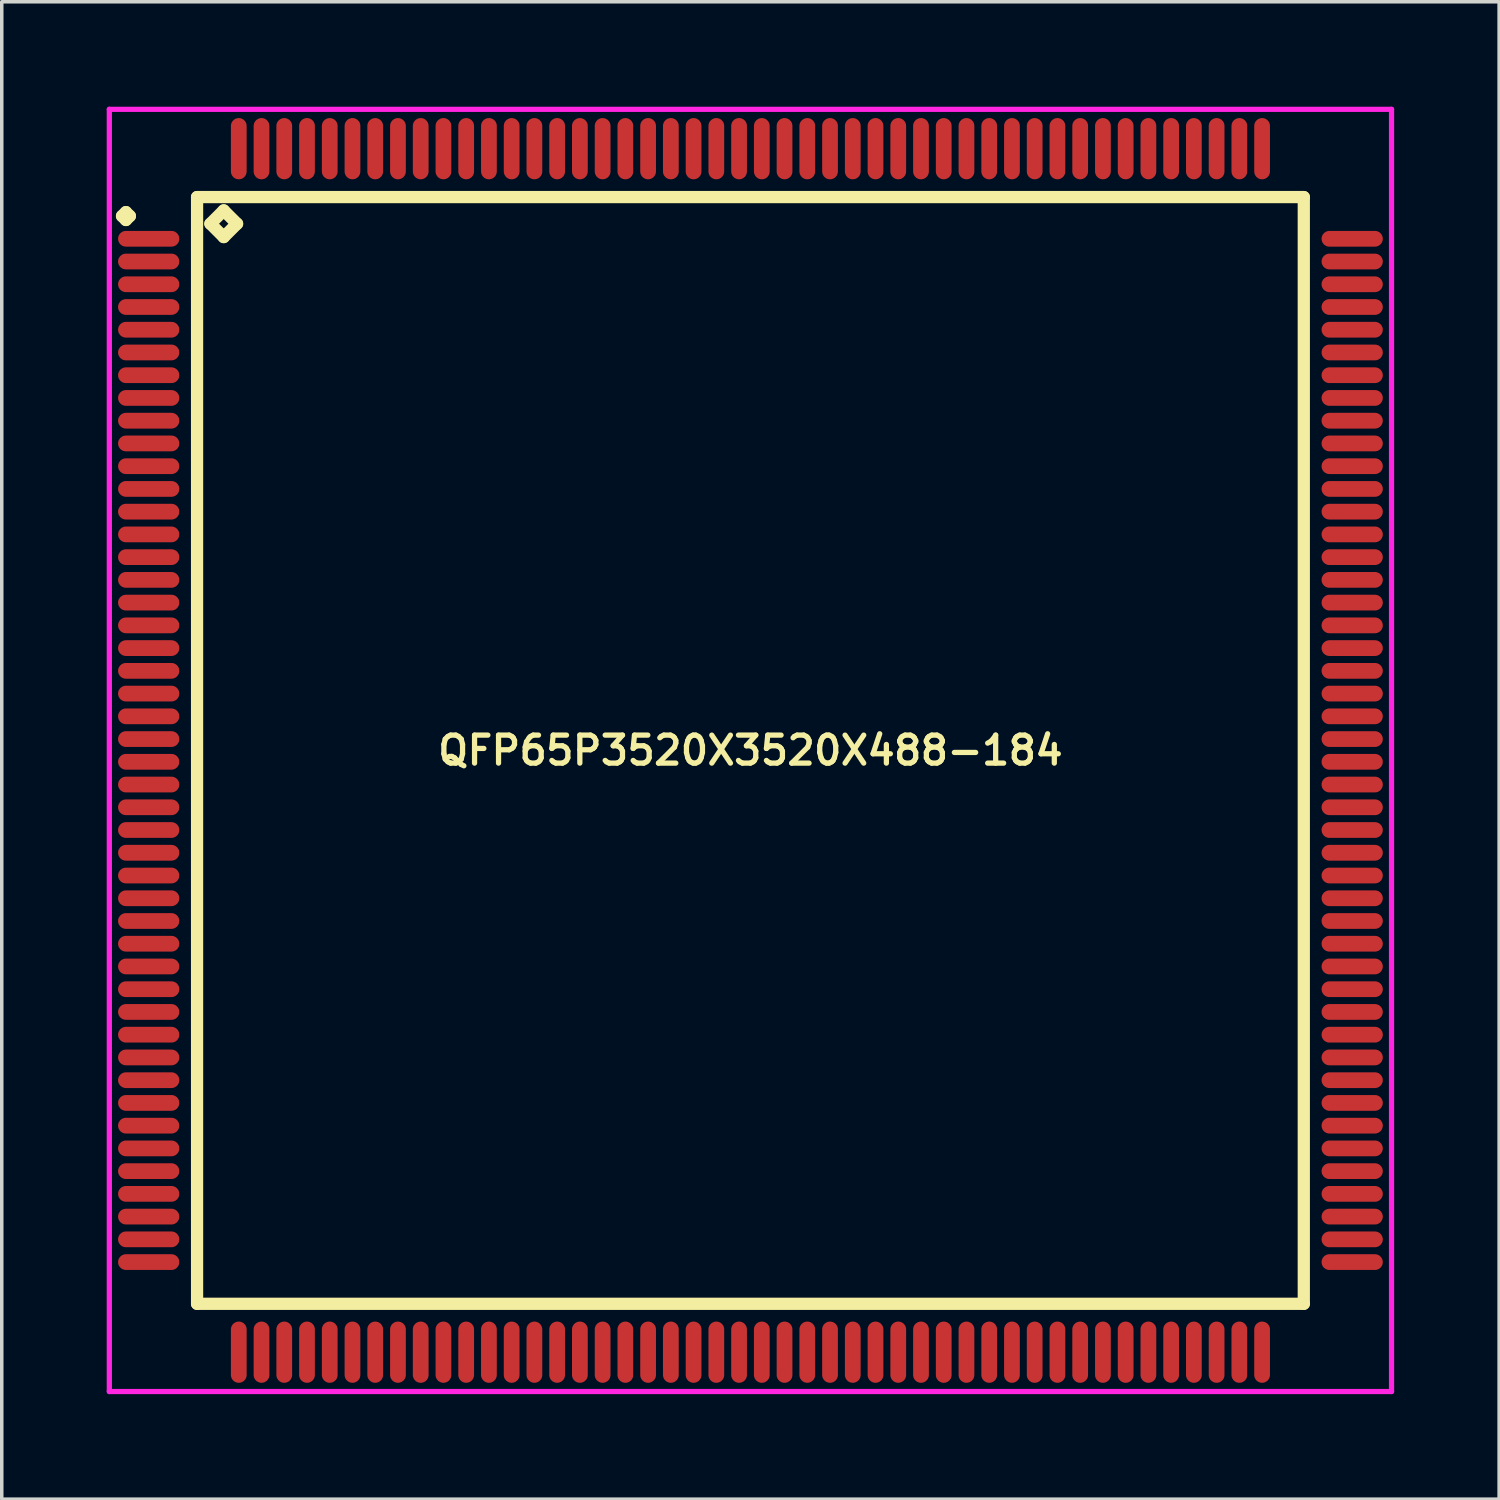
<source format=kicad_pcb>
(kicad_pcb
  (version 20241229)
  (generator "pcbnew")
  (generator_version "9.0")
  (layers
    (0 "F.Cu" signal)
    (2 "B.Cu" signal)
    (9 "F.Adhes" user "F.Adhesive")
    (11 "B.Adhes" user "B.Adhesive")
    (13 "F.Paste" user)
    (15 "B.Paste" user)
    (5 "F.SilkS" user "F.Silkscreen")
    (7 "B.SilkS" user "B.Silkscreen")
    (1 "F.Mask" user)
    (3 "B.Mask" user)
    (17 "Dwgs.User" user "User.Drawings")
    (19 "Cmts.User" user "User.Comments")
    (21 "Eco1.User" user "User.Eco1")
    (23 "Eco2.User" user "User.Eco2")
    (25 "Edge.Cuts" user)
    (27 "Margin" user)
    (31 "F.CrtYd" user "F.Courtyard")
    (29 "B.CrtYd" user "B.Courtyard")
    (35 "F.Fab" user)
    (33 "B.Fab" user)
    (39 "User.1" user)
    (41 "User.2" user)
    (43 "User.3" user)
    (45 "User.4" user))
  (footprint "QFP65P3520X3520X488-184"
    (layer "F.Cu")
    (at 18.4 18.4)
    (property "Reference" "QFP65P3520X3520X488-184" (at 0 0 0) (layer "F.SilkS") (effects (font (size 0.8 0.8) (thickness 0.15))))
    (attr through_hole)
    (fp_line (start -17.962 -15.275) (end -17.85 -15.387) (stroke (width 0.35) (type solid)) (layer "F.SilkS"))
    (fp_line (start -17.85 -15.387) (end -17.738 -15.275) (stroke (width 0.35) (type solid)) (layer "F.SilkS"))
    (fp_line (start -17.85 -15.162) (end -17.962 -15.275) (stroke (width 0.35) (type solid)) (layer "F.SilkS"))
    (fp_line (start -17.738 -15.275) (end -17.85 -15.162) (stroke (width 0.35) (type solid)) (layer "F.SilkS"))
    (fp_line (start -15.817 -15.817) (end -15.817 15.817) (stroke (width 0.35) (type solid)) (layer "F.SilkS"))
    (fp_line (start -15.817 15.817) (end 15.817 15.817) (stroke (width 0.35) (type solid)) (layer "F.SilkS"))
    (fp_line (start -15.436 -15.055) (end -15.055 -15.436) (stroke (width 0.35) (type solid)) (layer "F.SilkS"))
    (fp_line (start -15.055 -15.436) (end -14.674 -15.055) (stroke (width 0.35) (type solid)) (layer "F.SilkS"))
    (fp_line (start -15.055 -14.674) (end -15.436 -15.055) (stroke (width 0.35) (type solid)) (layer "F.SilkS"))
    (fp_line (start -14.674 -15.055) (end -15.055 -14.674) (stroke (width 0.35) (type solid)) (layer "F.SilkS"))
    (fp_line (start 15.817 -15.817) (end -15.817 -15.817) (stroke (width 0.35) (type solid)) (layer "F.SilkS"))
    (fp_line (start 15.817 15.817) (end 15.817 -15.817) (stroke (width 0.35) (type solid)) (layer "F.SilkS"))
    (fp_line (start -18.325 -18.325) (end 18.325 -18.325) (stroke (width 0.15) (type solid)) (layer "F.CrtYd"))
    (fp_line (start -18.325 18.325) (end -18.325 -18.325) (stroke (width 0.15) (type solid)) (layer "F.CrtYd"))
    (fp_line (start 18.325 -18.325) (end 18.325 18.325) (stroke (width 0.15) (type solid)) (layer "F.CrtYd"))
    (fp_line (start 18.325 18.325) (end -18.325 18.325) (stroke (width 0.15) (type solid)) (layer "F.CrtYd"))
    (pad "1" smd oval (at -17.2 -14.625) (size 1.75 0.45) (layers "F.Cu" "F.Mask" "F.Paste"))
    (pad "2" smd oval (at -17.2 -13.975) (size 1.75 0.45) (layers "F.Cu" "F.Mask" "F.Paste"))
    (pad "3" smd oval (at -17.2 -13.325) (size 1.75 0.45) (layers "F.Cu" "F.Mask" "F.Paste"))
    (pad "4" smd oval (at -17.2 -12.675) (size 1.75 0.45) (layers "F.Cu" "F.Mask" "F.Paste"))
    (pad "5" smd oval (at -17.2 -12.025) (size 1.75 0.45) (layers "F.Cu" "F.Mask" "F.Paste"))
    (pad "6" smd oval (at -17.2 -11.375) (size 1.75 0.45) (layers "F.Cu" "F.Mask" "F.Paste"))
    (pad "7" smd oval (at -17.2 -10.725) (size 1.75 0.45) (layers "F.Cu" "F.Mask" "F.Paste"))
    (pad "8" smd oval (at -17.2 -10.075) (size 1.75 0.45) (layers "F.Cu" "F.Mask" "F.Paste"))
    (pad "9" smd oval (at -17.2 -9.425) (size 1.75 0.45) (layers "F.Cu" "F.Mask" "F.Paste"))
    (pad "10" smd oval (at -17.2 -8.775) (size 1.75 0.45) (layers "F.Cu" "F.Mask" "F.Paste"))
    (pad "11" smd oval (at -17.2 -8.125) (size 1.75 0.45) (layers "F.Cu" "F.Mask" "F.Paste"))
    (pad "12" smd oval (at -17.2 -7.475) (size 1.75 0.45) (layers "F.Cu" "F.Mask" "F.Paste"))
    (pad "13" smd oval (at -17.2 -6.825) (size 1.75 0.45) (layers "F.Cu" "F.Mask" "F.Paste"))
    (pad "14" smd oval (at -17.2 -6.175) (size 1.75 0.45) (layers "F.Cu" "F.Mask" "F.Paste"))
    (pad "15" smd oval (at -17.2 -5.525) (size 1.75 0.45) (layers "F.Cu" "F.Mask" "F.Paste"))
    (pad "16" smd oval (at -17.2 -4.875) (size 1.75 0.45) (layers "F.Cu" "F.Mask" "F.Paste"))
    (pad "17" smd oval (at -17.2 -4.225) (size 1.75 0.45) (layers "F.Cu" "F.Mask" "F.Paste"))
    (pad "18" smd oval (at -17.2 -3.575) (size 1.75 0.45) (layers "F.Cu" "F.Mask" "F.Paste"))
    (pad "19" smd oval (at -17.2 -2.925) (size 1.75 0.45) (layers "F.Cu" "F.Mask" "F.Paste"))
    (pad "20" smd oval (at -17.2 -2.275) (size 1.75 0.45) (layers "F.Cu" "F.Mask" "F.Paste"))
    (pad "21" smd oval (at -17.2 -1.625) (size 1.75 0.45) (layers "F.Cu" "F.Mask" "F.Paste"))
    (pad "22" smd oval (at -17.2 -0.975) (size 1.75 0.45) (layers "F.Cu" "F.Mask" "F.Paste"))
    (pad "23" smd oval (at -17.2 -0.325) (size 1.75 0.45) (layers "F.Cu" "F.Mask" "F.Paste"))
    (pad "24" smd oval (at -17.2 0.325) (size 1.75 0.45) (layers "F.Cu" "F.Mask" "F.Paste"))
    (pad "25" smd oval (at -17.2 0.975) (size 1.75 0.45) (layers "F.Cu" "F.Mask" "F.Paste"))
    (pad "26" smd oval (at -17.2 1.625) (size 1.75 0.45) (layers "F.Cu" "F.Mask" "F.Paste"))
    (pad "27" smd oval (at -17.2 2.275) (size 1.75 0.45) (layers "F.Cu" "F.Mask" "F.Paste"))
    (pad "28" smd oval (at -17.2 2.925) (size 1.75 0.45) (layers "F.Cu" "F.Mask" "F.Paste"))
    (pad "29" smd oval (at -17.2 3.575) (size 1.75 0.45) (layers "F.Cu" "F.Mask" "F.Paste"))
    (pad "30" smd oval (at -17.2 4.225) (size 1.75 0.45) (layers "F.Cu" "F.Mask" "F.Paste"))
    (pad "31" smd oval (at -17.2 4.875) (size 1.75 0.45) (layers "F.Cu" "F.Mask" "F.Paste"))
    (pad "32" smd oval (at -17.2 5.525) (size 1.75 0.45) (layers "F.Cu" "F.Mask" "F.Paste"))
    (pad "33" smd oval (at -17.2 6.175) (size 1.75 0.45) (layers "F.Cu" "F.Mask" "F.Paste"))
    (pad "34" smd oval (at -17.2 6.825) (size 1.75 0.45) (layers "F.Cu" "F.Mask" "F.Paste"))
    (pad "35" smd oval (at -17.2 7.475) (size 1.75 0.45) (layers "F.Cu" "F.Mask" "F.Paste"))
    (pad "36" smd oval (at -17.2 8.125) (size 1.75 0.45) (layers "F.Cu" "F.Mask" "F.Paste"))
    (pad "37" smd oval (at -17.2 8.775) (size 1.75 0.45) (layers "F.Cu" "F.Mask" "F.Paste"))
    (pad "38" smd oval (at -17.2 9.425) (size 1.75 0.45) (layers "F.Cu" "F.Mask" "F.Paste"))
    (pad "39" smd oval (at -17.2 10.075) (size 1.75 0.45) (layers "F.Cu" "F.Mask" "F.Paste"))
    (pad "40" smd oval (at -17.2 10.725) (size 1.75 0.45) (layers "F.Cu" "F.Mask" "F.Paste"))
    (pad "41" smd oval (at -17.2 11.375) (size 1.75 0.45) (layers "F.Cu" "F.Mask" "F.Paste"))
    (pad "42" smd oval (at -17.2 12.025) (size 1.75 0.45) (layers "F.Cu" "F.Mask" "F.Paste"))
    (pad "43" smd oval (at -17.2 12.675) (size 1.75 0.45) (layers "F.Cu" "F.Mask" "F.Paste"))
    (pad "44" smd oval (at -17.2 13.325) (size 1.75 0.45) (layers "F.Cu" "F.Mask" "F.Paste"))
    (pad "45" smd oval (at -17.2 13.975) (size 1.75 0.45) (layers "F.Cu" "F.Mask" "F.Paste"))
    (pad "46" smd oval (at -17.2 14.625) (size 1.75 0.45) (layers "F.Cu" "F.Mask" "F.Paste"))
    (pad "47" smd oval (at -14.625 17.2) (size 0.45 1.75) (layers "F.Cu" "F.Mask" "F.Paste"))
    (pad "48" smd oval (at -13.975 17.2) (size 0.45 1.75) (layers "F.Cu" "F.Mask" "F.Paste"))
    (pad "49" smd oval (at -13.325 17.2) (size 0.45 1.75) (layers "F.Cu" "F.Mask" "F.Paste"))
    (pad "50" smd oval (at -12.675 17.2) (size 0.45 1.75) (layers "F.Cu" "F.Mask" "F.Paste"))
    (pad "51" smd oval (at -12.025 17.2) (size 0.45 1.75) (layers "F.Cu" "F.Mask" "F.Paste"))
    (pad "52" smd oval (at -11.375 17.2) (size 0.45 1.75) (layers "F.Cu" "F.Mask" "F.Paste"))
    (pad "53" smd oval (at -10.725 17.2) (size 0.45 1.75) (layers "F.Cu" "F.Mask" "F.Paste"))
    (pad "54" smd oval (at -10.075 17.2) (size 0.45 1.75) (layers "F.Cu" "F.Mask" "F.Paste"))
    (pad "55" smd oval (at -9.425 17.2) (size 0.45 1.75) (layers "F.Cu" "F.Mask" "F.Paste"))
    (pad "56" smd oval (at -8.775 17.2) (size 0.45 1.75) (layers "F.Cu" "F.Mask" "F.Paste"))
    (pad "57" smd oval (at -8.125 17.2) (size 0.45 1.75) (layers "F.Cu" "F.Mask" "F.Paste"))
    (pad "58" smd oval (at -7.475 17.2) (size 0.45 1.75) (layers "F.Cu" "F.Mask" "F.Paste"))
    (pad "59" smd oval (at -6.825 17.2) (size 0.45 1.75) (layers "F.Cu" "F.Mask" "F.Paste"))
    (pad "60" smd oval (at -6.175 17.2) (size 0.45 1.75) (layers "F.Cu" "F.Mask" "F.Paste"))
    (pad "61" smd oval (at -5.525 17.2) (size 0.45 1.75) (layers "F.Cu" "F.Mask" "F.Paste"))
    (pad "62" smd oval (at -4.875 17.2) (size 0.45 1.75) (layers "F.Cu" "F.Mask" "F.Paste"))
    (pad "63" smd oval (at -4.225 17.2) (size 0.45 1.75) (layers "F.Cu" "F.Mask" "F.Paste"))
    (pad "64" smd oval (at -3.575 17.2) (size 0.45 1.75) (layers "F.Cu" "F.Mask" "F.Paste"))
    (pad "65" smd oval (at -2.925 17.2) (size 0.45 1.75) (layers "F.Cu" "F.Mask" "F.Paste"))
    (pad "66" smd oval (at -2.275 17.2) (size 0.45 1.75) (layers "F.Cu" "F.Mask" "F.Paste"))
    (pad "67" smd oval (at -1.625 17.2) (size 0.45 1.75) (layers "F.Cu" "F.Mask" "F.Paste"))
    (pad "68" smd oval (at -0.975 17.2) (size 0.45 1.75) (layers "F.Cu" "F.Mask" "F.Paste"))
    (pad "69" smd oval (at -0.325 17.2) (size 0.45 1.75) (layers "F.Cu" "F.Mask" "F.Paste"))
    (pad "70" smd oval (at 0.325 17.2) (size 0.45 1.75) (layers "F.Cu" "F.Mask" "F.Paste"))
    (pad "71" smd oval (at 0.975 17.2) (size 0.45 1.75) (layers "F.Cu" "F.Mask" "F.Paste"))
    (pad "72" smd oval (at 1.625 17.2) (size 0.45 1.75) (layers "F.Cu" "F.Mask" "F.Paste"))
    (pad "73" smd oval (at 2.275 17.2) (size 0.45 1.75) (layers "F.Cu" "F.Mask" "F.Paste"))
    (pad "74" smd oval (at 2.925 17.2) (size 0.45 1.75) (layers "F.Cu" "F.Mask" "F.Paste"))
    (pad "75" smd oval (at 3.575 17.2) (size 0.45 1.75) (layers "F.Cu" "F.Mask" "F.Paste"))
    (pad "76" smd oval (at 4.225 17.2) (size 0.45 1.75) (layers "F.Cu" "F.Mask" "F.Paste"))
    (pad "77" smd oval (at 4.875 17.2) (size 0.45 1.75) (layers "F.Cu" "F.Mask" "F.Paste"))
    (pad "78" smd oval (at 5.525 17.2) (size 0.45 1.75) (layers "F.Cu" "F.Mask" "F.Paste"))
    (pad "79" smd oval (at 6.175 17.2) (size 0.45 1.75) (layers "F.Cu" "F.Mask" "F.Paste"))
    (pad "80" smd oval (at 6.825 17.2) (size 0.45 1.75) (layers "F.Cu" "F.Mask" "F.Paste"))
    (pad "81" smd oval (at 7.475 17.2) (size 0.45 1.75) (layers "F.Cu" "F.Mask" "F.Paste"))
    (pad "82" smd oval (at 8.125 17.2) (size 0.45 1.75) (layers "F.Cu" "F.Mask" "F.Paste"))
    (pad "83" smd oval (at 8.775 17.2) (size 0.45 1.75) (layers "F.Cu" "F.Mask" "F.Paste"))
    (pad "84" smd oval (at 9.425 17.2) (size 0.45 1.75) (layers "F.Cu" "F.Mask" "F.Paste"))
    (pad "85" smd oval (at 10.075 17.2) (size 0.45 1.75) (layers "F.Cu" "F.Mask" "F.Paste"))
    (pad "86" smd oval (at 10.725 17.2) (size 0.45 1.75) (layers "F.Cu" "F.Mask" "F.Paste"))
    (pad "87" smd oval (at 11.375 17.2) (size 0.45 1.75) (layers "F.Cu" "F.Mask" "F.Paste"))
    (pad "88" smd oval (at 12.025 17.2) (size 0.45 1.75) (layers "F.Cu" "F.Mask" "F.Paste"))
    (pad "89" smd oval (at 12.675 17.2) (size 0.45 1.75) (layers "F.Cu" "F.Mask" "F.Paste"))
    (pad "90" smd oval (at 13.325 17.2) (size 0.45 1.75) (layers "F.Cu" "F.Mask" "F.Paste"))
    (pad "91" smd oval (at 13.975 17.2) (size 0.45 1.75) (layers "F.Cu" "F.Mask" "F.Paste"))
    (pad "92" smd oval (at 14.625 17.2) (size 0.45 1.75) (layers "F.Cu" "F.Mask" "F.Paste"))
    (pad "93" smd oval (at 17.2 14.625) (size 1.75 0.45) (layers "F.Cu" "F.Mask" "F.Paste"))
    (pad "94" smd oval (at 17.2 13.975) (size 1.75 0.45) (layers "F.Cu" "F.Mask" "F.Paste"))
    (pad "95" smd oval (at 17.2 13.325) (size 1.75 0.45) (layers "F.Cu" "F.Mask" "F.Paste"))
    (pad "96" smd oval (at 17.2 12.675) (size 1.75 0.45) (layers "F.Cu" "F.Mask" "F.Paste"))
    (pad "97" smd oval (at 17.2 12.025) (size 1.75 0.45) (layers "F.Cu" "F.Mask" "F.Paste"))
    (pad "98" smd oval (at 17.2 11.375) (size 1.75 0.45) (layers "F.Cu" "F.Mask" "F.Paste"))
    (pad "99" smd oval (at 17.2 10.725) (size 1.75 0.45) (layers "F.Cu" "F.Mask" "F.Paste"))
    (pad "100" smd oval (at 17.2 10.075) (size 1.75 0.45) (layers "F.Cu" "F.Mask" "F.Paste"))
    (pad "101" smd oval (at 17.2 9.425) (size 1.75 0.45) (layers "F.Cu" "F.Mask" "F.Paste"))
    (pad "102" smd oval (at 17.2 8.775) (size 1.75 0.45) (layers "F.Cu" "F.Mask" "F.Paste"))
    (pad "103" smd oval (at 17.2 8.125) (size 1.75 0.45) (layers "F.Cu" "F.Mask" "F.Paste"))
    (pad "104" smd oval (at 17.2 7.475) (size 1.75 0.45) (layers "F.Cu" "F.Mask" "F.Paste"))
    (pad "105" smd oval (at 17.2 6.825) (size 1.75 0.45) (layers "F.Cu" "F.Mask" "F.Paste"))
    (pad "106" smd oval (at 17.2 6.175) (size 1.75 0.45) (layers "F.Cu" "F.Mask" "F.Paste"))
    (pad "107" smd oval (at 17.2 5.525) (size 1.75 0.45) (layers "F.Cu" "F.Mask" "F.Paste"))
    (pad "108" smd oval (at 17.2 4.875) (size 1.75 0.45) (layers "F.Cu" "F.Mask" "F.Paste"))
    (pad "109" smd oval (at 17.2 4.225) (size 1.75 0.45) (layers "F.Cu" "F.Mask" "F.Paste"))
    (pad "110" smd oval (at 17.2 3.575) (size 1.75 0.45) (layers "F.Cu" "F.Mask" "F.Paste"))
    (pad "111" smd oval (at 17.2 2.925) (size 1.75 0.45) (layers "F.Cu" "F.Mask" "F.Paste"))
    (pad "112" smd oval (at 17.2 2.275) (size 1.75 0.45) (layers "F.Cu" "F.Mask" "F.Paste"))
    (pad "113" smd oval (at 17.2 1.625) (size 1.75 0.45) (layers "F.Cu" "F.Mask" "F.Paste"))
    (pad "114" smd oval (at 17.2 0.975) (size 1.75 0.45) (layers "F.Cu" "F.Mask" "F.Paste"))
    (pad "115" smd oval (at 17.2 0.325) (size 1.75 0.45) (layers "F.Cu" "F.Mask" "F.Paste"))
    (pad "116" smd oval (at 17.2 -0.325) (size 1.75 0.45) (layers "F.Cu" "F.Mask" "F.Paste"))
    (pad "117" smd oval (at 17.2 -0.975) (size 1.75 0.45) (layers "F.Cu" "F.Mask" "F.Paste"))
    (pad "118" smd oval (at 17.2 -1.625) (size 1.75 0.45) (layers "F.Cu" "F.Mask" "F.Paste"))
    (pad "119" smd oval (at 17.2 -2.275) (size 1.75 0.45) (layers "F.Cu" "F.Mask" "F.Paste"))
    (pad "120" smd oval (at 17.2 -2.925) (size 1.75 0.45) (layers "F.Cu" "F.Mask" "F.Paste"))
    (pad "121" smd oval (at 17.2 -3.575) (size 1.75 0.45) (layers "F.Cu" "F.Mask" "F.Paste"))
    (pad "122" smd oval (at 17.2 -4.225) (size 1.75 0.45) (layers "F.Cu" "F.Mask" "F.Paste"))
    (pad "123" smd oval (at 17.2 -4.875) (size 1.75 0.45) (layers "F.Cu" "F.Mask" "F.Paste"))
    (pad "124" smd oval (at 17.2 -5.525) (size 1.75 0.45) (layers "F.Cu" "F.Mask" "F.Paste"))
    (pad "125" smd oval (at 17.2 -6.175) (size 1.75 0.45) (layers "F.Cu" "F.Mask" "F.Paste"))
    (pad "126" smd oval (at 17.2 -6.825) (size 1.75 0.45) (layers "F.Cu" "F.Mask" "F.Paste"))
    (pad "127" smd oval (at 17.2 -7.475) (size 1.75 0.45) (layers "F.Cu" "F.Mask" "F.Paste"))
    (pad "128" smd oval (at 17.2 -8.125) (size 1.75 0.45) (layers "F.Cu" "F.Mask" "F.Paste"))
    (pad "129" smd oval (at 17.2 -8.775) (size 1.75 0.45) (layers "F.Cu" "F.Mask" "F.Paste"))
    (pad "130" smd oval (at 17.2 -9.425) (size 1.75 0.45) (layers "F.Cu" "F.Mask" "F.Paste"))
    (pad "131" smd oval (at 17.2 -10.075) (size 1.75 0.45) (layers "F.Cu" "F.Mask" "F.Paste"))
    (pad "132" smd oval (at 17.2 -10.725) (size 1.75 0.45) (layers "F.Cu" "F.Mask" "F.Paste"))
    (pad "133" smd oval (at 17.2 -11.375) (size 1.75 0.45) (layers "F.Cu" "F.Mask" "F.Paste"))
    (pad "134" smd oval (at 17.2 -12.025) (size 1.75 0.45) (layers "F.Cu" "F.Mask" "F.Paste"))
    (pad "135" smd oval (at 17.2 -12.675) (size 1.75 0.45) (layers "F.Cu" "F.Mask" "F.Paste"))
    (pad "136" smd oval (at 17.2 -13.325) (size 1.75 0.45) (layers "F.Cu" "F.Mask" "F.Paste"))
    (pad "137" smd oval (at 17.2 -13.975) (size 1.75 0.45) (layers "F.Cu" "F.Mask" "F.Paste"))
    (pad "138" smd oval (at 17.2 -14.625) (size 1.75 0.45) (layers "F.Cu" "F.Mask" "F.Paste"))
    (pad "139" smd oval (at 14.625 -17.2) (size 0.45 1.75) (layers "F.Cu" "F.Mask" "F.Paste"))
    (pad "140" smd oval (at 13.975 -17.2) (size 0.45 1.75) (layers "F.Cu" "F.Mask" "F.Paste"))
    (pad "141" smd oval (at 13.325 -17.2) (size 0.45 1.75) (layers "F.Cu" "F.Mask" "F.Paste"))
    (pad "142" smd oval (at 12.675 -17.2) (size 0.45 1.75) (layers "F.Cu" "F.Mask" "F.Paste"))
    (pad "143" smd oval (at 12.025 -17.2) (size 0.45 1.75) (layers "F.Cu" "F.Mask" "F.Paste"))
    (pad "144" smd oval (at 11.375 -17.2) (size 0.45 1.75) (layers "F.Cu" "F.Mask" "F.Paste"))
    (pad "145" smd oval (at 10.725 -17.2) (size 0.45 1.75) (layers "F.Cu" "F.Mask" "F.Paste"))
    (pad "146" smd oval (at 10.075 -17.2) (size 0.45 1.75) (layers "F.Cu" "F.Mask" "F.Paste"))
    (pad "147" smd oval (at 9.425 -17.2) (size 0.45 1.75) (layers "F.Cu" "F.Mask" "F.Paste"))
    (pad "148" smd oval (at 8.775 -17.2) (size 0.45 1.75) (layers "F.Cu" "F.Mask" "F.Paste"))
    (pad "149" smd oval (at 8.125 -17.2) (size 0.45 1.75) (layers "F.Cu" "F.Mask" "F.Paste"))
    (pad "150" smd oval (at 7.475 -17.2) (size 0.45 1.75) (layers "F.Cu" "F.Mask" "F.Paste"))
    (pad "151" smd oval (at 6.825 -17.2) (size 0.45 1.75) (layers "F.Cu" "F.Mask" "F.Paste"))
    (pad "152" smd oval (at 6.175 -17.2) (size 0.45 1.75) (layers "F.Cu" "F.Mask" "F.Paste"))
    (pad "153" smd oval (at 5.525 -17.2) (size 0.45 1.75) (layers "F.Cu" "F.Mask" "F.Paste"))
    (pad "154" smd oval (at 4.875 -17.2) (size 0.45 1.75) (layers "F.Cu" "F.Mask" "F.Paste"))
    (pad "155" smd oval (at 4.225 -17.2) (size 0.45 1.75) (layers "F.Cu" "F.Mask" "F.Paste"))
    (pad "156" smd oval (at 3.575 -17.2) (size 0.45 1.75) (layers "F.Cu" "F.Mask" "F.Paste"))
    (pad "157" smd oval (at 2.925 -17.2) (size 0.45 1.75) (layers "F.Cu" "F.Mask" "F.Paste"))
    (pad "158" smd oval (at 2.275 -17.2) (size 0.45 1.75) (layers "F.Cu" "F.Mask" "F.Paste"))
    (pad "159" smd oval (at 1.625 -17.2) (size 0.45 1.75) (layers "F.Cu" "F.Mask" "F.Paste"))
    (pad "160" smd oval (at 0.975 -17.2) (size 0.45 1.75) (layers "F.Cu" "F.Mask" "F.Paste"))
    (pad "161" smd oval (at 0.325 -17.2) (size 0.45 1.75) (layers "F.Cu" "F.Mask" "F.Paste"))
    (pad "162" smd oval (at -0.325 -17.2) (size 0.45 1.75) (layers "F.Cu" "F.Mask" "F.Paste"))
    (pad "163" smd oval (at -0.975 -17.2) (size 0.45 1.75) (layers "F.Cu" "F.Mask" "F.Paste"))
    (pad "164" smd oval (at -1.625 -17.2) (size 0.45 1.75) (layers "F.Cu" "F.Mask" "F.Paste"))
    (pad "165" smd oval (at -2.275 -17.2) (size 0.45 1.75) (layers "F.Cu" "F.Mask" "F.Paste"))
    (pad "166" smd oval (at -2.925 -17.2) (size 0.45 1.75) (layers "F.Cu" "F.Mask" "F.Paste"))
    (pad "167" smd oval (at -3.575 -17.2) (size 0.45 1.75) (layers "F.Cu" "F.Mask" "F.Paste"))
    (pad "168" smd oval (at -4.225 -17.2) (size 0.45 1.75) (layers "F.Cu" "F.Mask" "F.Paste"))
    (pad "169" smd oval (at -4.875 -17.2) (size 0.45 1.75) (layers "F.Cu" "F.Mask" "F.Paste"))
    (pad "170" smd oval (at -5.525 -17.2) (size 0.45 1.75) (layers "F.Cu" "F.Mask" "F.Paste"))
    (pad "171" smd oval (at -6.175 -17.2) (size 0.45 1.75) (layers "F.Cu" "F.Mask" "F.Paste"))
    (pad "172" smd oval (at -6.825 -17.2) (size 0.45 1.75) (layers "F.Cu" "F.Mask" "F.Paste"))
    (pad "173" smd oval (at -7.475 -17.2) (size 0.45 1.75) (layers "F.Cu" "F.Mask" "F.Paste"))
    (pad "174" smd oval (at -8.125 -17.2) (size 0.45 1.75) (layers "F.Cu" "F.Mask" "F.Paste"))
    (pad "175" smd oval (at -8.775 -17.2) (size 0.45 1.75) (layers "F.Cu" "F.Mask" "F.Paste"))
    (pad "176" smd oval (at -9.425 -17.2) (size 0.45 1.75) (layers "F.Cu" "F.Mask" "F.Paste"))
    (pad "177" smd oval (at -10.075 -17.2) (size 0.45 1.75) (layers "F.Cu" "F.Mask" "F.Paste"))
    (pad "178" smd oval (at -10.725 -17.2) (size 0.45 1.75) (layers "F.Cu" "F.Mask" "F.Paste"))
    (pad "179" smd oval (at -11.375 -17.2) (size 0.45 1.75) (layers "F.Cu" "F.Mask" "F.Paste"))
    (pad "180" smd oval (at -12.025 -17.2) (size 0.45 1.75) (layers "F.Cu" "F.Mask" "F.Paste"))
    (pad "181" smd oval (at -12.675 -17.2) (size 0.45 1.75) (layers "F.Cu" "F.Mask" "F.Paste"))
    (pad "182" smd oval (at -13.325 -17.2) (size 0.45 1.75) (layers "F.Cu" "F.Mask" "F.Paste"))
    (pad "183" smd oval (at -13.975 -17.2) (size 0.45 1.75) (layers "F.Cu" "F.Mask" "F.Paste"))
    (pad "184" smd oval (at -14.625 -17.2) (size 0.45 1.75) (layers "F.Cu" "F.Mask" "F.Paste")))
  (gr_rect
    (start -3 -3)
    (end 39.8 39.8)
    (stroke (width 0.1) (type default))
    (fill no)
    (layer "Edge.Cuts")))
</source>
